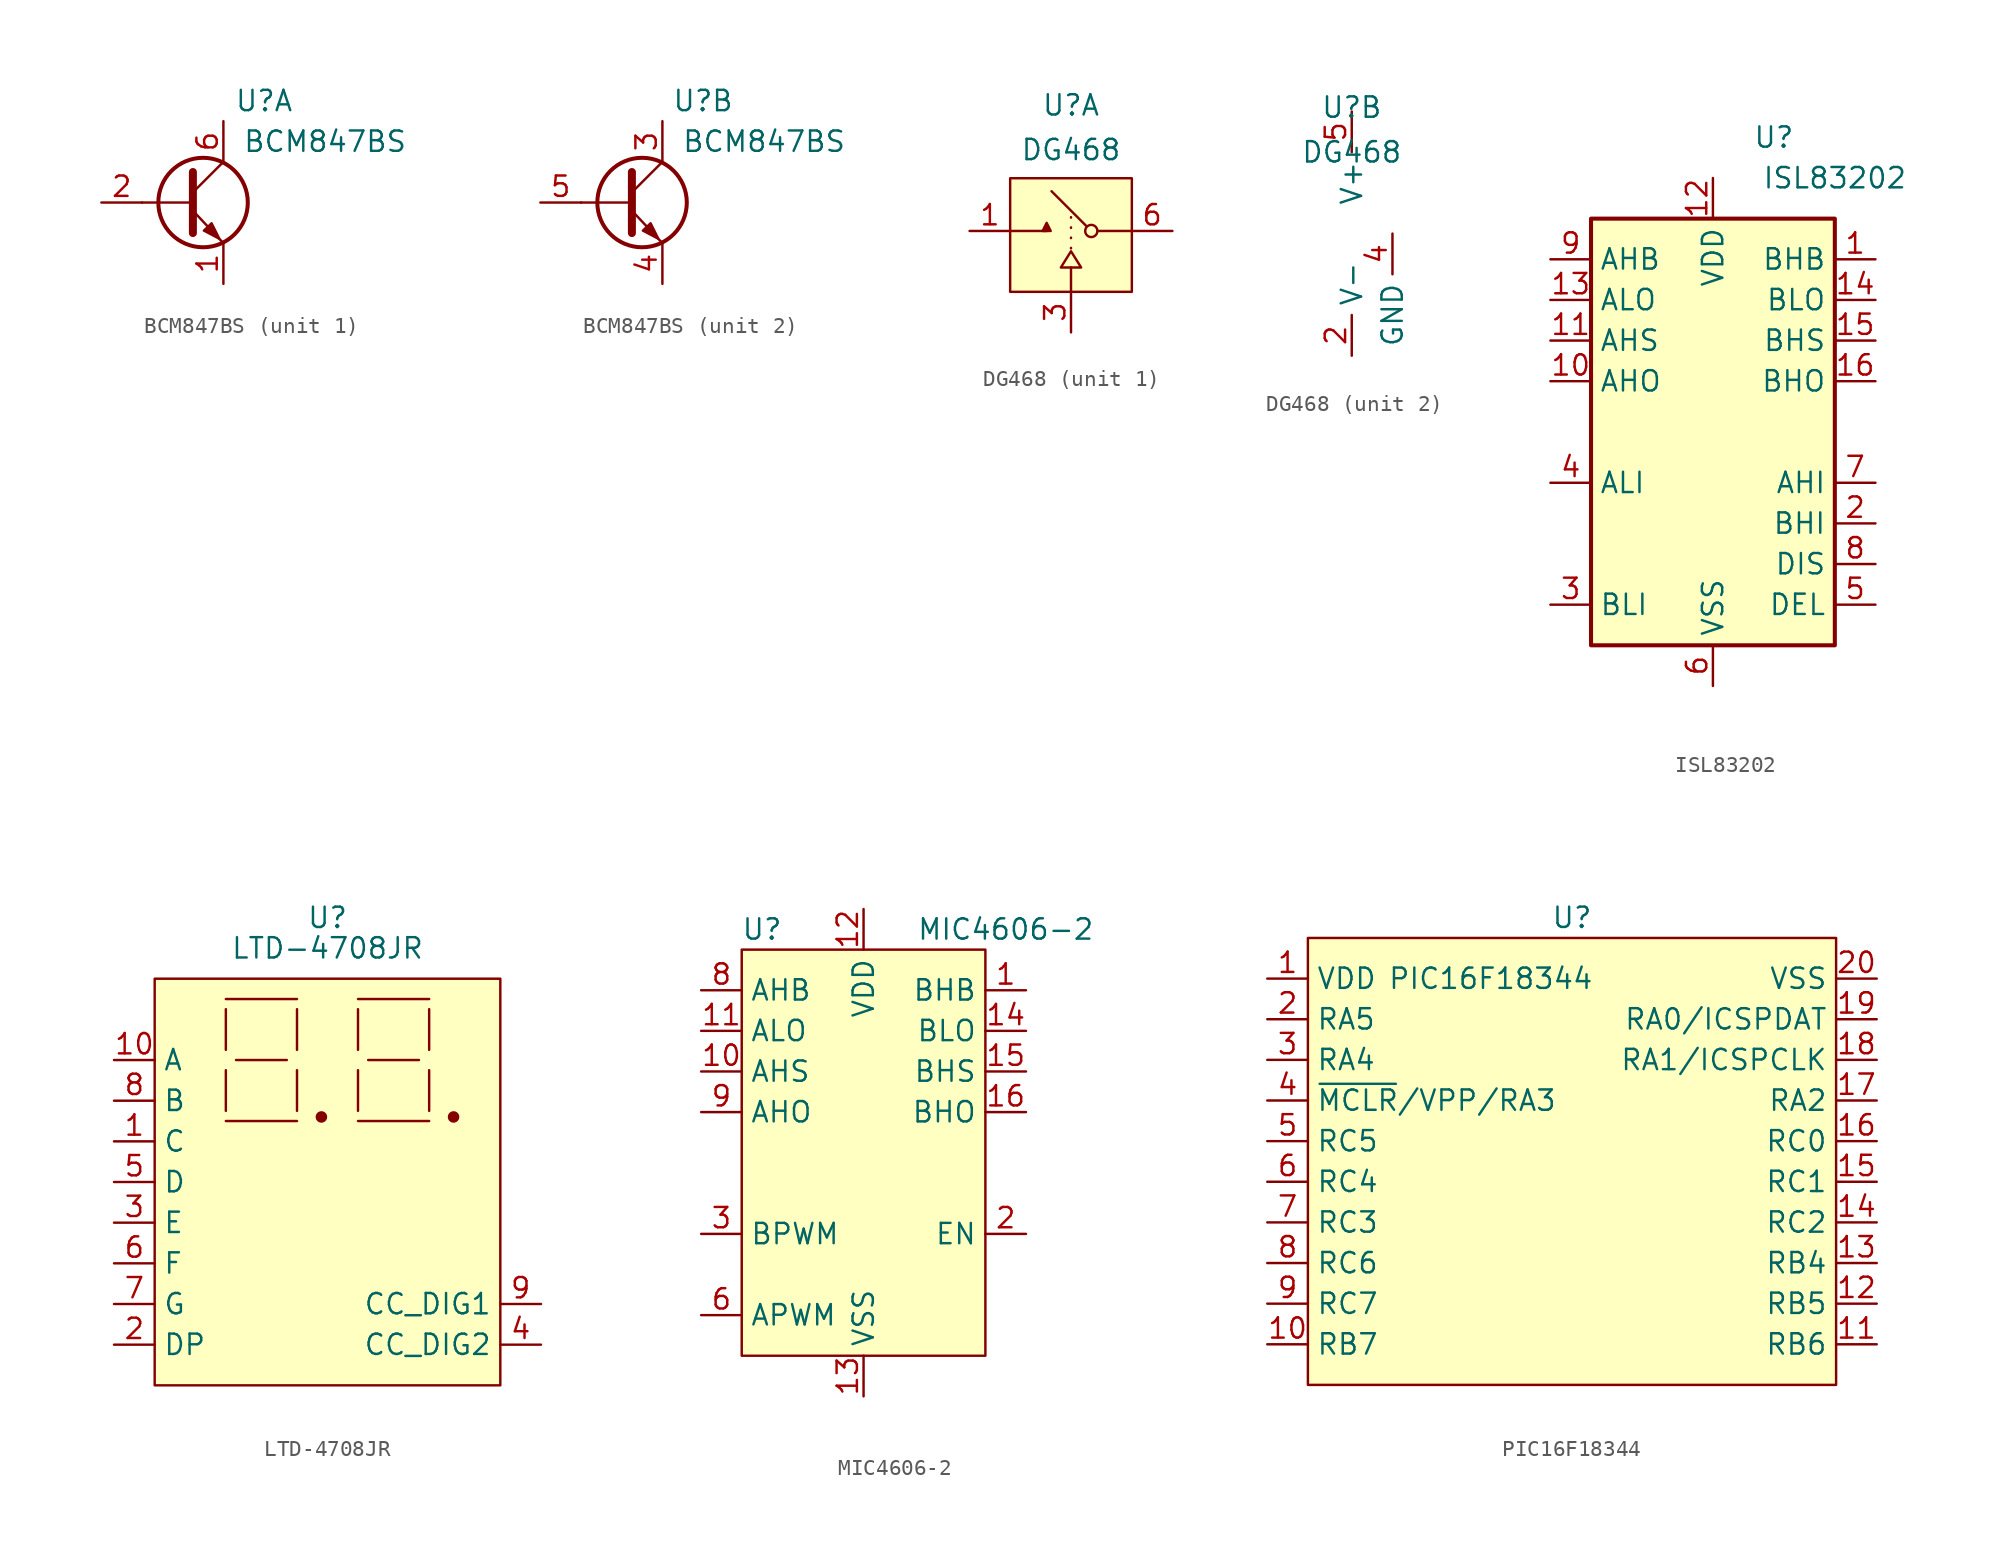
<source format=kicad_sym>
(kicad_symbol_lib
  (version 20220914)
  (generator kicad_symbol_editor)
  (symbol "BCM847BS"
    (property "Reference" "U"
      (at 3.81 6.35 0)
      (effects (font (size 1.27 1.27))))
    (property "Value" "BCM847BS"
      (at 7.62 3.81 0)
      (effects (font (size 1.27 1.27))))
    (symbol "BCM847BS_0_1"
      (polyline (pts (xy -3.81 0) (xy -2.794 0)) (stroke (width 0) (type default)) (fill (type none)))
      (polyline (pts (xy -2.794 0) (xy -0.635 0)) (stroke (width 0) (type default)) (fill (type none)))
      (polyline (pts (xy -0.635 -0.508) (xy 1.27 -2.54)) (stroke (width 0) (type default)) (fill (type none)))
      (polyline (pts (xy -0.635 0.635) (xy 1.27 2.54)) (stroke (width 0) (type default)) (fill (type none)))
      (polyline (pts (xy -0.635 1.905) (xy -0.635 -1.905)) (stroke (width 0.5) (type default)) (fill (type none)))
      (polyline (pts (xy 0.051 -1.753) (xy 0.533 -1.295) (xy 1.016 -2.261) (xy 0.051 -1.753)) (stroke (width 0) (type default)) (fill (type outline)))
      (circle (center 0 0) (radius 2.794) (stroke (width 0.25) (type default)) (fill (type none))))
    (symbol "BCM847BS_1_1"
      (pin input line (at 1.27 -5.08 90) (length 2.54) (name "" (effects (font (size 1.27 1.27)))) (number "1" (effects (font (size 1.27 1.27)))))
      (pin input line (at -6.35 0 0) (length 2.54) (name "" (effects (font (size 1.27 1.27)))) (number "2" (effects (font (size 1.27 1.27)))))
      (pin input line (at 1.27 5.08 270) (length 2.54) (name "" (effects (font (size 1.27 1.27)))) (number "6" (effects (font (size 1.27 1.27))))))
    (symbol "BCM847BS_2_1"
      (pin input line (at 1.27 5.08 270) (length 2.54) (name "" (effects (font (size 1.27 1.27)))) (number "3" (effects (font (size 1.27 1.27)))))
      (pin input line (at 1.27 -5.08 90) (length 2.54) (name "" (effects (font (size 1.27 1.27)))) (number "4" (effects (font (size 1.27 1.27)))))
      (pin input line (at -6.35 0 0) (length 2.54) (name "" (effects (font (size 1.27 1.27)))) (number "5" (effects (font (size 1.27 1.27)))))))
  (symbol "DG468"
    (property "Reference" "U"
      (at 0 7.874 0)
      (effects (font (size 1.27 1.27))))
    (property "Value" "DG468"
      (at 0 5.08 0)
      (effects (font (size 1.27 1.27))))
    (property "ki_locked" ""
      (at 0 0 0)
      (effects (font (size 1.27 1.27))))
    (symbol "DG468_1_1"
      (rectangle (start -3.81 3.302) (end 3.81 -3.81) (stroke (width 0) (type default)) (fill (type background)))
      (polyline (pts (xy -3.81 0) (xy -1.524 0)) (stroke (width 0) (type solid)) (fill (type none)))
      (polyline (pts (xy 0 -2.286) (xy 0 -3.81)) (stroke (width 0) (type solid)) (fill (type none)))
      (polyline (pts (xy 0 0.864) (xy 0 -1.168)) (stroke (width 0) (type dot)) (fill (type none)))
      (polyline (pts (xy 0.965 0.305) (xy -1.219 2.489)) (stroke (width 0) (type default)) (fill (type none)))
      (polyline (pts (xy 1.676 0) (xy 3.81 0)) (stroke (width 0) (type solid)) (fill (type none)))
      (polyline (pts (xy -1.778 0) (xy -1.524 0.508) (xy -1.27 0) (xy -1.778 0)) (stroke (width 0) (type default)) (fill (type outline)))
      (polyline (pts (xy 0 -1.27) (xy -0.635 -2.286) (xy 0.635 -2.286) (xy 0 -1.27)) (stroke (width 0) (type default)) (fill (type none)))
      (circle (center 1.27 0) (radius 0.381) (stroke (width 0) (type default)) (fill (type none)))
      (pin input line (at -6.35 0 0) (length 2.54) (name "" (effects (font (size 1.27 1.27)))) (number "1" (effects (font (size 1.27 1.27)))))
      (pin input line (at 0 -6.35 90) (length 2.54) (name "" (effects (font (size 1.27 1.27)))) (number "3" (effects (font (size 1.27 1.27)))))
      (pin input line (at 6.35 0 180) (length 2.54) (name "" (effects (font (size 1.27 1.27)))) (number "6" (effects (font (size 1.27 1.27))))))
    (symbol "DG468_2_1"
      (pin input line (at 0 -7.62 90) (length 2.54) (name "V-" (effects (font (size 1.27 1.27)))) (number "2" (effects (font (size 1.27 1.27)))))
      (pin input line (at 2.54 0 270) (length 2.54) (name "GND" (effects (font (size 1.27 1.27)))) (number "4" (effects (font (size 1.27 1.27)))))
      (pin input line (at 0 7.62 270) (length 2.54) (name "V+" (effects (font (size 1.27 1.27)))) (number "5" (effects (font (size 1.27 1.27)))))))
  (symbol "ISL83202"
    (property "Reference" "U"
      (at 3.81 17.78 0)
      (effects (font (size 1.27 1.27))))
    (property "Value" "ISL83202"
      (at 7.62 15.24 0)
      (effects (font (size 1.27 1.27))))
    (symbol "ISL83202_1_1"
      (rectangle (start -7.62 12.7) (end 7.62 -13.97) (stroke (width 0.254) (type default)) (fill (type background)))
      (pin input line (at 10.16 10.16 180) (length 2.54) (name "BHB" (effects (font (size 1.27 1.27)))) (number "1" (effects (font (size 1.27 1.27)))))
      (pin input line (at -10.16 2.54 0) (length 2.54) (name "AHO" (effects (font (size 1.27 1.27)))) (number "10" (effects (font (size 1.27 1.27)))))
      (pin input line (at -10.16 5.08 0) (length 2.54) (name "AHS" (effects (font (size 1.27 1.27)))) (number "11" (effects (font (size 1.27 1.27)))))
      (pin input line (at 0 15.24 270) (length 2.54) (name "VDD" (effects (font (size 1.27 1.27)))) (number "12" (effects (font (size 1.27 1.27)))))
      (pin input line (at -10.16 7.62 0) (length 2.54) (name "ALO" (effects (font (size 1.27 1.27)))) (number "13" (effects (font (size 1.27 1.27)))))
      (pin input line (at 10.16 7.62 180) (length 2.54) (name "BLO" (effects (font (size 1.27 1.27)))) (number "14" (effects (font (size 1.27 1.27)))))
      (pin input line (at 10.16 5.08 180) (length 2.54) (name "BHS" (effects (font (size 1.27 1.27)))) (number "15" (effects (font (size 1.27 1.27)))))
      (pin input line (at 10.16 2.54 180) (length 2.54) (name "BHO" (effects (font (size 1.27 1.27)))) (number "16" (effects (font (size 1.27 1.27)))))
      (pin input line (at 10.16 -6.35 180) (length 2.54) (name "BHI" (effects (font (size 1.27 1.27)))) (number "2" (effects (font (size 1.27 1.27)))))
      (pin input line (at -10.16 -11.43 0) (length 2.54) (name "BLI" (effects (font (size 1.27 1.27)))) (number "3" (effects (font (size 1.27 1.27)))))
      (pin input line (at -10.16 -3.81 0) (length 2.54) (name "ALI" (effects (font (size 1.27 1.27)))) (number "4" (effects (font (size 1.27 1.27)))))
      (pin input line (at 10.16 -11.43 180) (length 2.54) (name "DEL" (effects (font (size 1.27 1.27)))) (number "5" (effects (font (size 1.27 1.27)))))
      (pin input line (at 0 -16.51 90) (length 2.54) (name "VSS" (effects (font (size 1.27 1.27)))) (number "6" (effects (font (size 1.27 1.27)))))
      (pin input line (at 10.16 -3.81 180) (length 2.54) (name "AHI" (effects (font (size 1.27 1.27)))) (number "7" (effects (font (size 1.27 1.27)))))
      (pin input line (at 10.16 -8.89 180) (length 2.54) (name "DIS" (effects (font (size 1.27 1.27)))) (number "8" (effects (font (size 1.27 1.27)))))
      (pin input line (at -10.16 10.16 0) (length 2.54) (name "AHB" (effects (font (size 1.27 1.27)))) (number "9" (effects (font (size 1.27 1.27)))))))
  (symbol "LTD-4708JR"
    (property "Reference" "U"
      (at -0.635 8.89 0)
      (effects (font (size 1.27 1.27))))
    (property "Value" "LTD-4708JR"
      (at -0.635 6.985 0)
      (effects (font (size 1.27 1.27))))
    (symbol "LTD-4708JR_0_1"
      (polyline (pts (xy -6.985 -3.81) (xy -2.54 -3.81)) (stroke (width 0) (type default)) (fill (type none)))
      (polyline (pts (xy -6.985 -0.635) (xy -6.985 -3.175)) (stroke (width 0) (type default)) (fill (type none)))
      (polyline (pts (xy -6.985 3.175) (xy -6.985 0.635)) (stroke (width 0) (type default)) (fill (type none)))
      (polyline (pts (xy -6.985 3.81) (xy -2.54 3.81)) (stroke (width 0) (type default)) (fill (type none)))
      (polyline (pts (xy -6.35 0) (xy -3.175 0)) (stroke (width 0) (type default)) (fill (type none)))
      (polyline (pts (xy -2.54 -0.635) (xy -2.54 -3.175)) (stroke (width 0) (type default)) (fill (type none)))
      (polyline (pts (xy -2.54 3.175) (xy -2.54 0.635)) (stroke (width 0) (type default)) (fill (type none)))
      (polyline (pts (xy 1.27 -3.81) (xy 5.715 -3.81)) (stroke (width 0) (type default)) (fill (type none)))
      (polyline (pts (xy 1.27 -0.635) (xy 1.27 -3.175)) (stroke (width 0) (type default)) (fill (type none)))
      (polyline (pts (xy 1.27 3.175) (xy 1.27 0.635)) (stroke (width 0) (type default)) (fill (type none)))
      (polyline (pts (xy 1.27 3.81) (xy 5.715 3.81)) (stroke (width 0) (type default)) (fill (type none)))
      (polyline (pts (xy 1.905 0) (xy 5.08 0)) (stroke (width 0) (type default)) (fill (type none)))
      (polyline (pts (xy 5.715 -0.635) (xy 5.715 -3.175)) (stroke (width 0) (type default)) (fill (type none)))
      (polyline (pts (xy 5.715 3.175) (xy 5.715 0.635)) (stroke (width 0) (type default)) (fill (type none))))
    (symbol "LTD-4708JR_1_1"
      (rectangle (start -11.43 5.08) (end 10.16 -20.32) (stroke (width 0) (type default)) (fill (type background)))
      (circle (center -1.016 -3.556) (radius 0.284) (stroke (width 0) (type default)) (fill (type outline)))
      (circle (center 7.239 -3.556) (radius 0.284) (stroke (width 0) (type default)) (fill (type outline)))
      (pin input line (at -13.97 -5.08 0) (length 2.54) (name "C" (effects (font (size 1.27 1.27)))) (number "1" (effects (font (size 1.27 1.27)))))
      (pin input line (at -13.97 0 0) (length 2.54) (name "A" (effects (font (size 1.27 1.27)))) (number "10" (effects (font (size 1.27 1.27)))))
      (pin input line (at -13.97 -17.78 0) (length 2.54) (name "DP" (effects (font (size 1.27 1.27)))) (number "2" (effects (font (size 1.27 1.27)))))
      (pin input line (at -13.97 -10.16 0) (length 2.54) (name "E" (effects (font (size 1.27 1.27)))) (number "3" (effects (font (size 1.27 1.27)))))
      (pin input line (at 12.7 -17.78 180) (length 2.54) (name "CC_DIG2" (effects (font (size 1.27 1.27)))) (number "4" (effects (font (size 1.27 1.27)))))
      (pin input line (at -13.97 -7.62 0) (length 2.54) (name "D" (effects (font (size 1.27 1.27)))) (number "5" (effects (font (size 1.27 1.27)))))
      (pin input line (at -13.97 -12.7 0) (length 2.54) (name "F" (effects (font (size 1.27 1.27)))) (number "6" (effects (font (size 1.27 1.27)))))
      (pin input line (at -13.97 -15.24 0) (length 2.54) (name "G" (effects (font (size 1.27 1.27)))) (number "7" (effects (font (size 1.27 1.27)))))
      (pin input line (at -13.97 -2.54 0) (length 2.54) (name "B" (effects (font (size 1.27 1.27)))) (number "8" (effects (font (size 1.27 1.27)))))
      (pin input line (at 12.7 -15.24 180) (length 2.54) (name "CC_DIG1" (effects (font (size 1.27 1.27)))) (number "9" (effects (font (size 1.27 1.27)))))))
  (symbol "MIC4606-2"
    (property "Reference" "U"
      (at -6.35 8.89 0)
      (effects (font (size 1.27 1.27))))
    (property "Value" "MIC4606-2"
      (at 8.89 8.89 0)
      (effects (font (size 1.27 1.27))))
    (symbol "MIC4606-2_1_1"
      (rectangle (start -7.62 7.62) (end 7.62 -17.78) (stroke (width 0) (type default)) (fill (type background)))
      (pin output line (at 10.16 5.08 180) (length 2.54) (name "BHB" (effects (font (size 1.27 1.27)))) (number "1" (effects (font (size 1.27 1.27)))))
      (pin output line (at -10.16 0 0) (length 2.54) (name "AHS" (effects (font (size 1.27 1.27)))) (number "10" (effects (font (size 1.27 1.27)))))
      (pin output line (at -10.16 2.54 0) (length 2.54) (name "ALO" (effects (font (size 1.27 1.27)))) (number "11" (effects (font (size 1.27 1.27)))))
      (pin input line (at 0 10.16 270) (length 2.54) (name "VDD" (effects (font (size 1.27 1.27)))) (number "12" (effects (font (size 1.27 1.27)))))
      (pin output line (at 0 -20.32 90) (length 2.54) (name "VSS" (effects (font (size 1.27 1.27)))) (number "13" (effects (font (size 1.27 1.27)))))
      (pin output line (at 10.16 2.54 180) (length 2.54) (name "BLO" (effects (font (size 1.27 1.27)))) (number "14" (effects (font (size 1.27 1.27)))))
      (pin output line (at 10.16 0 180) (length 2.54) (name "BHS" (effects (font (size 1.27 1.27)))) (number "15" (effects (font (size 1.27 1.27)))))
      (pin output line (at 10.16 -2.54 180) (length 2.54) (name "BHO" (effects (font (size 1.27 1.27)))) (number "16" (effects (font (size 1.27 1.27)))))
      (pin input line (at 10.16 -10.16 180) (length 2.54) (name "EN" (effects (font (size 1.27 1.27)))) (number "2" (effects (font (size 1.27 1.27)))))
      (pin input line (at -10.16 -10.16 0) (length 2.54) (name "BPWM" (effects (font (size 1.27 1.27)))) (number "3" (effects (font (size 1.27 1.27)))))
      (pin input line (at -10.16 -15.24 0) (length 2.54) (name "APWM" (effects (font (size 1.27 1.27)))) (number "6" (effects (font (size 1.27 1.27)))))
      (pin output line (at -10.16 5.08 0) (length 2.54) (name "AHB" (effects (font (size 1.27 1.27)))) (number "8" (effects (font (size 1.27 1.27)))))
      (pin output line (at -10.16 -2.54 0) (length 2.54) (name "AHO" (effects (font (size 1.27 1.27)))) (number "9" (effects (font (size 1.27 1.27)))))))
  (symbol "PIC16F18344"
    (property "Reference" "U"
      (at 0 15.24 0)
      (effects (font (size 1.27 1.27))))
    (property "Value" "PIC16F18344"
      (at -5.08 11.43 0)
      (effects (font (size 1.27 1.27))))
    (symbol "PIC16F18344_1_0"
      (pin input line (at -19.05 3.81 0) (length 2.54) (name "~{MCLR}/VPP/RA3" (effects (font (size 1.27 1.27)))) (number "4" (effects (font (size 1.27 1.27))))))
    (symbol "PIC16F18344_1_1"
      (rectangle (start -16.51 13.97) (end 16.51 -13.97) (stroke (width 0) (type default)) (fill (type background)))
      (pin input line (at -19.05 11.43 0) (length 2.54) (name "VDD" (effects (font (size 1.27 1.27)))) (number "1" (effects (font (size 1.27 1.27)))))
      (pin input line (at -19.05 -11.43 0) (length 2.54) (name "RB7" (effects (font (size 1.27 1.27)))) (number "10" (effects (font (size 1.27 1.27)))))
      (pin input line (at 19.05 -11.43 180) (length 2.54) (name "RB6" (effects (font (size 1.27 1.27)))) (number "11" (effects (font (size 1.27 1.27)))))
      (pin input line (at 19.05 -8.89 180) (length 2.54) (name "RB5" (effects (font (size 1.27 1.27)))) (number "12" (effects (font (size 1.27 1.27)))))
      (pin input line (at 19.05 -6.35 180) (length 2.54) (name "RB4" (effects (font (size 1.27 1.27)))) (number "13" (effects (font (size 1.27 1.27)))))
      (pin input line (at 19.05 -3.81 180) (length 2.54) (name "RC2" (effects (font (size 1.27 1.27)))) (number "14" (effects (font (size 1.27 1.27)))))
      (pin input line (at 19.05 -1.27 180) (length 2.54) (name "RC1" (effects (font (size 1.27 1.27)))) (number "15" (effects (font (size 1.27 1.27)))))
      (pin input line (at 19.05 1.27 180) (length 2.54) (name "RC0" (effects (font (size 1.27 1.27)))) (number "16" (effects (font (size 1.27 1.27)))))
      (pin input line (at 19.05 3.81 180) (length 2.54) (name "RA2" (effects (font (size 1.27 1.27)))) (number "17" (effects (font (size 1.27 1.27)))))
      (pin input line (at 19.05 6.35 180) (length 2.54) (name "RA1/ICSPCLK" (effects (font (size 1.27 1.27)))) (number "18" (effects (font (size 1.27 1.27)))))
      (pin input line (at 19.05 8.89 180) (length 2.54) (name "RA0/ICSPDAT" (effects (font (size 1.27 1.27)))) (number "19" (effects (font (size 1.27 1.27)))))
      (pin input line (at -19.05 8.89 0) (length 2.54) (name "RA5" (effects (font (size 1.27 1.27)))) (number "2" (effects (font (size 1.27 1.27)))))
      (pin input line (at 19.05 11.43 180) (length 2.54) (name "VSS" (effects (font (size 1.27 1.27)))) (number "20" (effects (font (size 1.27 1.27)))))
      (pin input line (at -19.05 6.35 0) (length 2.54) (name "RA4" (effects (font (size 1.27 1.27)))) (number "3" (effects (font (size 1.27 1.27)))))
      (pin input line (at -19.05 1.27 0) (length 2.54) (name "RC5" (effects (font (size 1.27 1.27)))) (number "5" (effects (font (size 1.27 1.27)))))
      (pin input line (at -19.05 -1.27 0) (length 2.54) (name "RC4" (effects (font (size 1.27 1.27)))) (number "6" (effects (font (size 1.27 1.27)))))
      (pin input line (at -19.05 -3.81 0) (length 2.54) (name "RC3" (effects (font (size 1.27 1.27)))) (number "7" (effects (font (size 1.27 1.27)))))
      (pin input line (at -19.05 -6.35 0) (length 2.54) (name "RC6" (effects (font (size 1.27 1.27)))) (number "8" (effects (font (size 1.27 1.27)))))
      (pin input line (at -19.05 -8.89 0) (length 2.54) (name "RC7" (effects (font (size 1.27 1.27)))) (number "9" (effects (font (size 1.27 1.27))))))))
</source>
